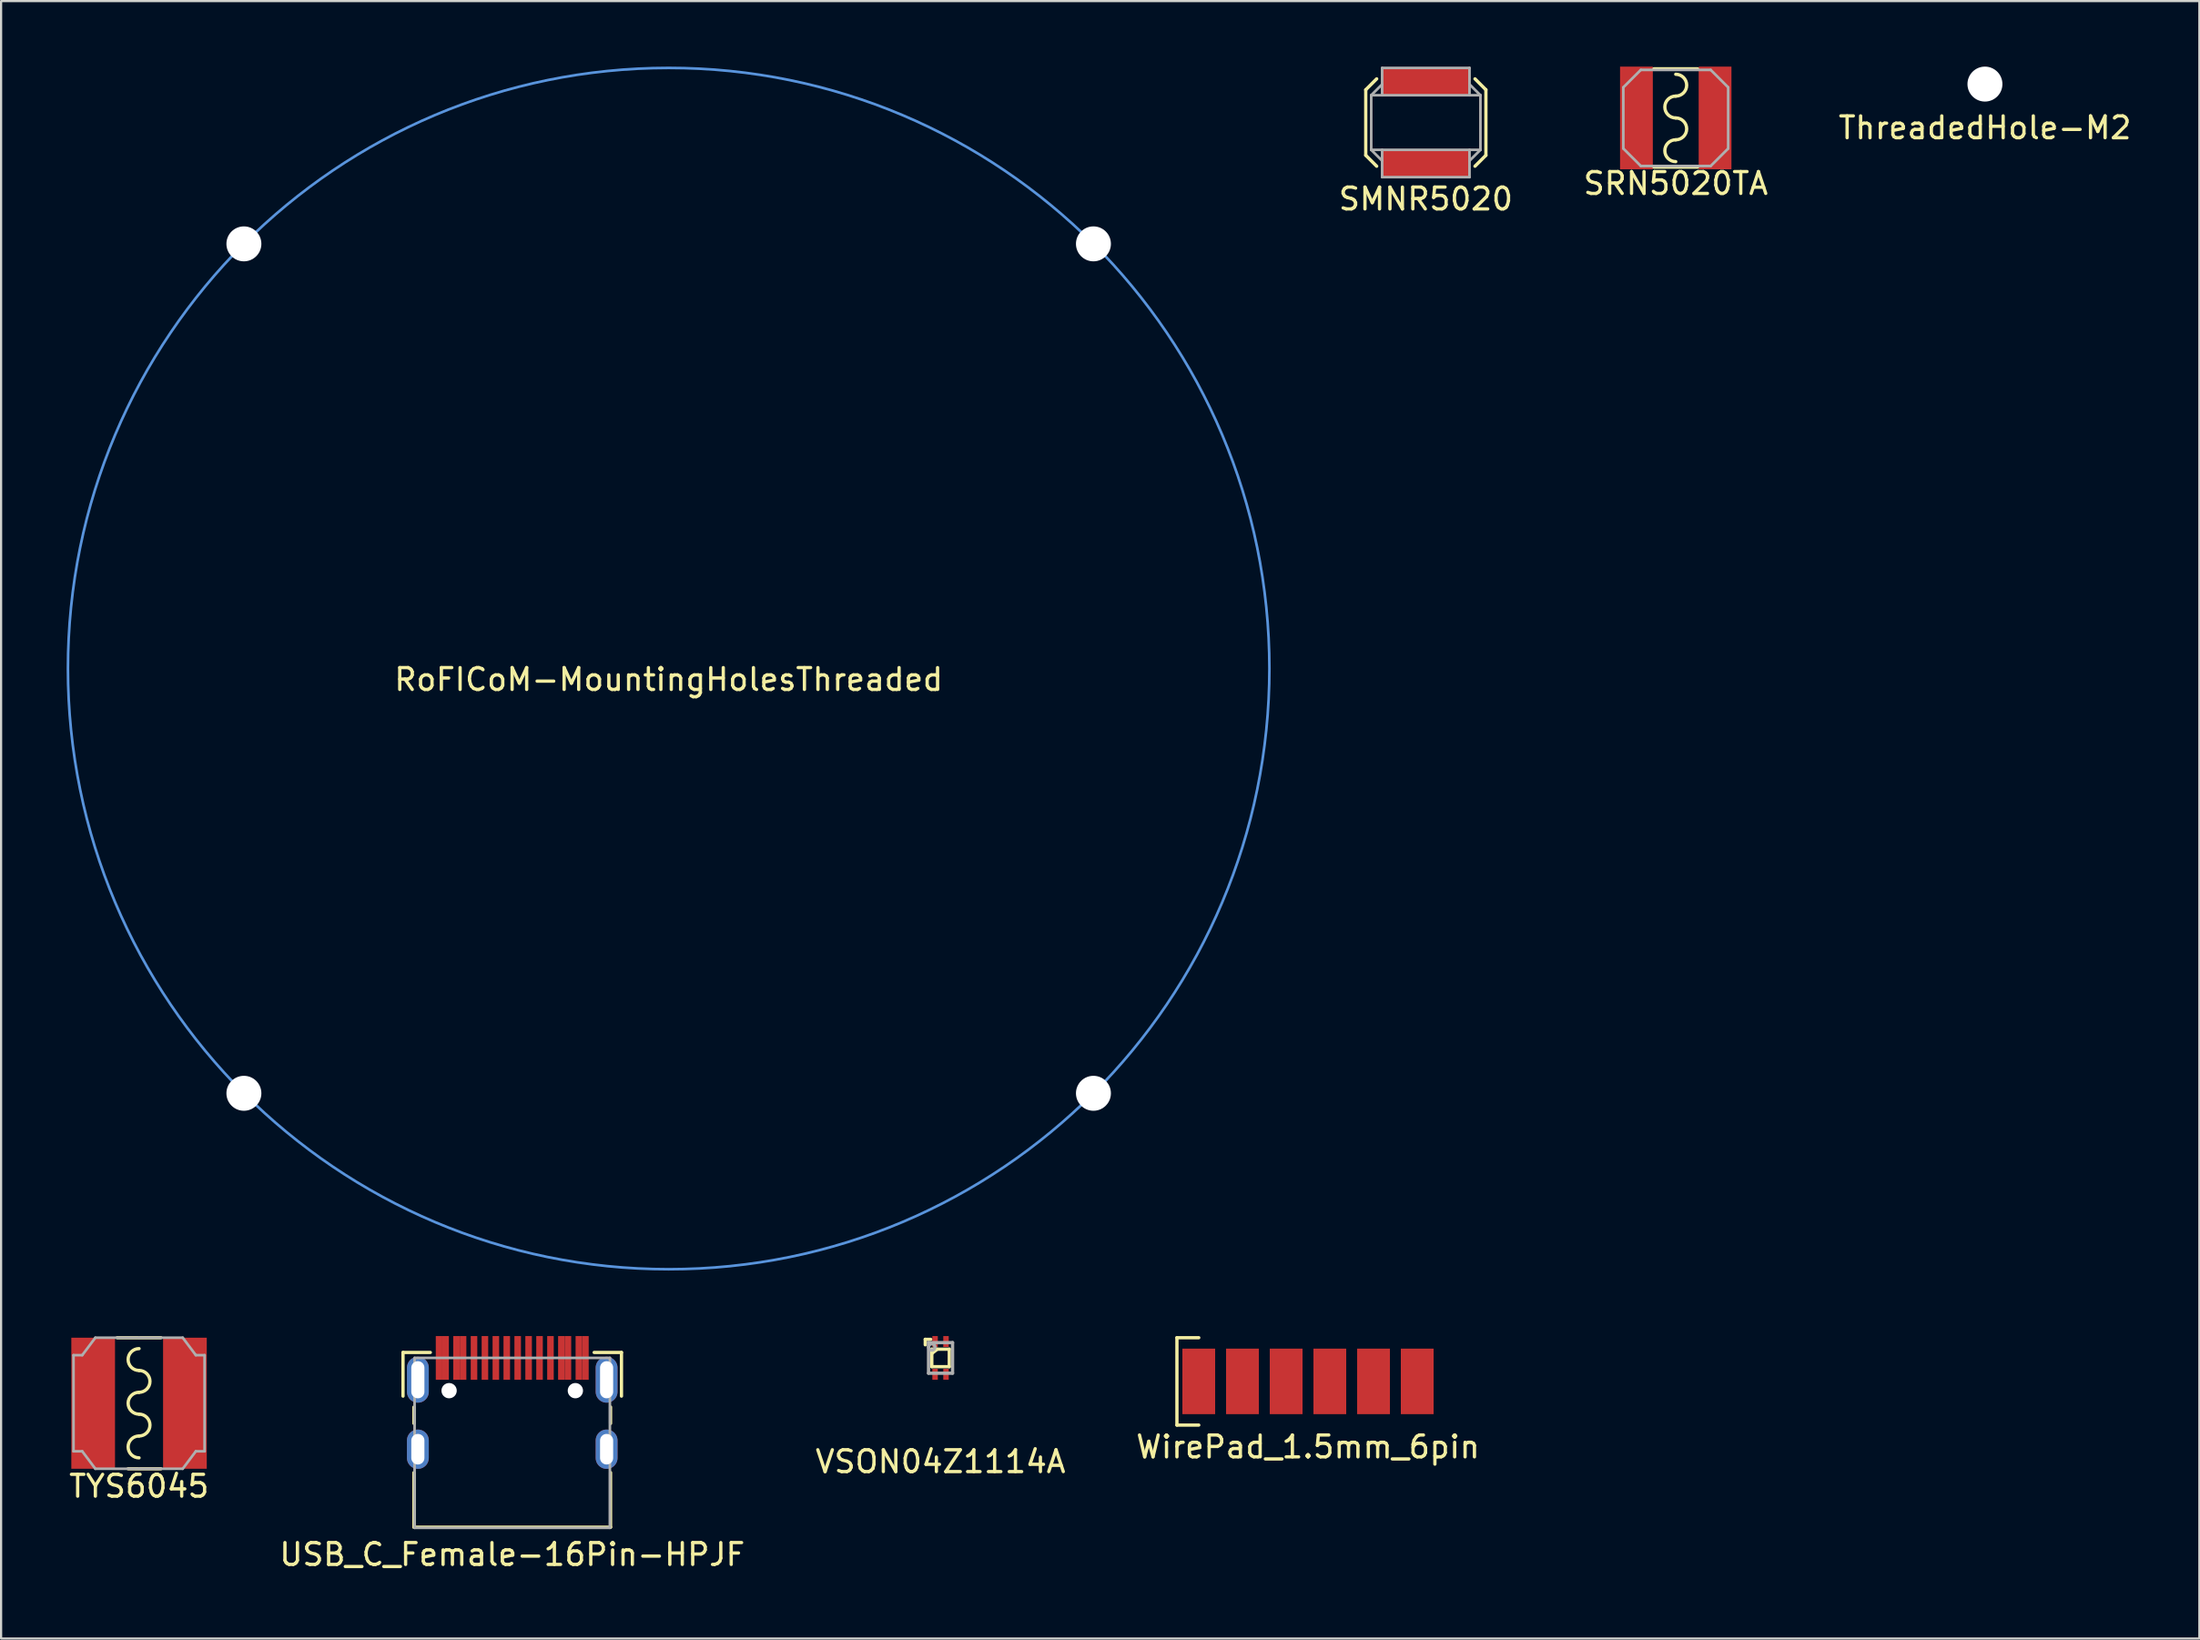
<source format=kicad_pcb>
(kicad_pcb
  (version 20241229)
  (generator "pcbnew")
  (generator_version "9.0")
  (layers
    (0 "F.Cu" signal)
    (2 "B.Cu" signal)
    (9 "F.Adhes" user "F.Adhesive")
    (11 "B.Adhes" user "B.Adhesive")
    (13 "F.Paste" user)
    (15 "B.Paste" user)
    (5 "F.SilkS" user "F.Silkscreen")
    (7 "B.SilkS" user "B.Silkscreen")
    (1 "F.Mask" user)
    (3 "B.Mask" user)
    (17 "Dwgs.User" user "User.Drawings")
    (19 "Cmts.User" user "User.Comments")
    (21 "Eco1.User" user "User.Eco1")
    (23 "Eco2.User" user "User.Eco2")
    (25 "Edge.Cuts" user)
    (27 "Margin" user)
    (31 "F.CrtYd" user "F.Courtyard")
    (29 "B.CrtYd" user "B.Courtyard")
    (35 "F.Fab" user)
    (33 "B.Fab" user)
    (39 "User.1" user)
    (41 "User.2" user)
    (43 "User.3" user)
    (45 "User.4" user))
  (footprint "VSON04Z1114A"
    (layer "F.Cu")
    (at 40.006 59.12)
    (property "Reference" "VSON04Z1114A" (at 0 4.75 0) (layer "F.SilkS") (effects (font (size 1 1) (thickness 0.15))))
    (attr through_hole)
    (fp_line (start -0.7 -0.85) (end -0.45 -0.85) (stroke (width 0.15) (type solid)) (layer "F.SilkS"))
    (fp_line (start -0.7 -0.6) (end -0.7 -0.85) (stroke (width 0.15) (type solid)) (layer "F.SilkS"))
    (fp_line (start -0.4 -0.4) (end 0.4 -0.4) (stroke (width 0.15) (type solid)) (layer "F.SilkS"))
    (fp_line (start -0.4 -0.2) (end -0.15 -0.4) (stroke (width 0.15) (type solid)) (layer "F.SilkS"))
    (fp_line (start -0.4 0.4) (end -0.4 -0.4) (stroke (width 0.15) (type solid)) (layer "F.SilkS"))
    (fp_line (start 0.4 -0.4) (end 0.4 0.4) (stroke (width 0.15) (type solid)) (layer "F.SilkS"))
    (fp_line (start 0.4 0.4) (end -0.4 0.4) (stroke (width 0.15) (type solid)) (layer "F.SilkS"))
    (fp_line (start -0.55 -0.7) (end 0.55 -0.7) (stroke (width 0.15) (type solid)) (layer "F.Fab"))
    (fp_line (start -0.55 0.7) (end -0.55 -0.7) (stroke (width 0.15) (type solid)) (layer "F.Fab"))
    (fp_line (start 0.55 -0.7) (end 0.55 0.7) (stroke (width 0.15) (type solid)) (layer "F.Fab"))
    (fp_line (start 0.55 0.7) (end -0.55 0.7) (stroke (width 0.15) (type solid)) (layer "F.Fab"))
    (fp_circle (center -0.4 -0.5) (end -0.35 -0.55) (stroke (width 0.15) (type solid)) (fill no) (layer "F.Fab"))
    (pad "1" smd rect (at -0.25 -0.75) (size 0.25 0.5) (layers "F.Cu" "F.Mask" "F.Paste"))
    (pad "2" smd rect (at -0.25 0.75) (size 0.25 0.5) (layers "F.Cu" "F.Mask" "F.Paste"))
    (pad "3" smd rect (at 0.25 0.75) (size 0.25 0.5) (layers "F.Cu" "F.Mask" "F.Paste"))
    (pad "4" smd rect (at 0.25 -0.75) (size 0.25 0.5) (layers "F.Cu" "F.Mask" "F.Paste")))
  (footprint "SMNR5020"
    (layer "F.Cu")
    (at 62.221 2.56)
    (property "Reference" "SMNR5020" (at 0 3.5 0) (layer "F.SilkS") (effects (font (size 1 1) (thickness 0.15))))
    (attr through_hole)
    (fp_line (start -2.75 -1.5) (end -2.75 1.5) (stroke (width 0.15) (type solid)) (layer "F.SilkS"))
    (fp_line (start -2.75 1.5) (end -2.25 2) (stroke (width 0.15) (type solid)) (layer "F.SilkS"))
    (fp_line (start -2.25 -2) (end -2.75 -1.5) (stroke (width 0.15) (type solid)) (layer "F.SilkS"))
    (fp_line (start 2.25 -2) (end 2.75 -1.5) (stroke (width 0.15) (type solid)) (layer "F.SilkS"))
    (fp_line (start 2.75 -1.5) (end 2.75 1.5) (stroke (width 0.15) (type solid)) (layer "F.SilkS"))
    (fp_line (start 2.75 1.5) (end 2.25 2) (stroke (width 0.15) (type solid)) (layer "F.SilkS"))
    (fp_line (start -2.5 -1.25) (end -2 -1.75) (stroke (width 0.12) (type solid)) (layer "F.Fab"))
    (fp_line (start -2.5 -1.25) (end 2.5 -1.25) (stroke (width 0.12) (type solid)) (layer "F.Fab"))
    (fp_line (start -2.5 1.25) (end -2.5 -1.25) (stroke (width 0.12) (type solid)) (layer "F.Fab"))
    (fp_line (start -2.5 1.25) (end -2 1.75) (stroke (width 0.12) (type solid)) (layer "F.Fab"))
    (fp_line (start -2 -2.5) (end 2 -2.5) (stroke (width 0.12) (type solid)) (layer "F.Fab"))
    (fp_line (start -2 -1.25) (end -2 -2.5) (stroke (width 0.12) (type solid)) (layer "F.Fab"))
    (fp_line (start -2 2.5) (end -2 1.25) (stroke (width 0.12) (type solid)) (layer "F.Fab"))
    (fp_line (start 2 -2.5) (end 2 -1.25) (stroke (width 0.12) (type solid)) (layer "F.Fab"))
    (fp_line (start 2 1.25) (end 2 2.5) (stroke (width 0.12) (type solid)) (layer "F.Fab"))
    (fp_line (start 2 2.5) (end -2 2.5) (stroke (width 0.12) (type solid)) (layer "F.Fab"))
    (fp_line (start 2.5 -1.25) (end 2 -1.75) (stroke (width 0.12) (type solid)) (layer "F.Fab"))
    (fp_line (start 2.5 -1.25) (end 2.5 1.25) (stroke (width 0.12) (type solid)) (layer "F.Fab"))
    (fp_line (start 2.5 1.25) (end -2.5 1.25) (stroke (width 0.12) (type solid)) (layer "F.Fab"))
    (fp_line (start 2.5 1.25) (end 2 1.75) (stroke (width 0.12) (type solid)) (layer "F.Fab"))
    (pad "1" smd rect (at 0 -1.875) (size 4 1.25) (layers "F.Cu" "F.Mask" "F.Paste"))
    (pad "2" smd rect (at 0 1.875) (size 4 1.25) (layers "F.Cu" "F.Mask" "F.Paste")))
  (footprint "USB_C_Female-16Pin-HPJF"
    (layer "F.Cu")
    (at 20.399 59.12)
    (property "Reference" "USB_C_Female-16Pin-HPJF" (at 0 9 0) (layer "F.SilkS") (effects (font (size 1 1) (thickness 0.15))))
    (attr through_hole)
    (fp_line (start -5 -0.25) (end -5 1.75) (stroke (width 0.15) (type solid)) (layer "F.SilkS"))
    (fp_line (start -4.5 2.25) (end -4.5 3) (stroke (width 0.15) (type solid)) (layer "F.SilkS"))
    (fp_line (start -4.5 5.25) (end -4.5 7.75) (stroke (width 0.15) (type solid)) (layer "F.SilkS"))
    (fp_line (start -4.5 7.75) (end 4.5 7.75) (stroke (width 0.15) (type solid)) (layer "F.SilkS"))
    (fp_line (start -3.75 -0.25) (end -5 -0.25) (stroke (width 0.15) (type solid)) (layer "F.SilkS"))
    (fp_line (start 3.75 -0.25) (end 5 -0.25) (stroke (width 0.15) (type solid)) (layer "F.SilkS"))
    (fp_line (start 4.5 3) (end 4.5 2.25) (stroke (width 0.15) (type solid)) (layer "F.SilkS"))
    (fp_line (start 4.5 7.75) (end 4.5 5.25) (stroke (width 0.15) (type solid)) (layer "F.SilkS"))
    (fp_line (start 5 -0.25) (end 5 1.75) (stroke (width 0.15) (type solid)) (layer "F.SilkS"))
    (fp_line (start -4.47 7.78) (end -4.47 0) (stroke (width 0.12) (type solid)) (layer "F.Fab"))
    (fp_line (start -4.47 7.78) (end 4.47 7.78) (stroke (width 0.12) (type solid)) (layer "F.Fab"))
    (fp_line (start 4.47 0) (end -4.47 0) (stroke (width 0.12) (type solid)) (layer "F.Fab"))
    (fp_line (start 4.47 7.78) (end 4.47 0) (stroke (width 0.12) (type solid)) (layer "F.Fab"))
    (pad "" np_thru_hole circle (at -2.89 1.5 90) (size 0.7 0.7) (drill 0.7) (layers "*.Cu" "*.Mask"))
    (pad "" np_thru_hole circle (at 2.89 1.5 90) (size 0.7 0.7) (drill 0.7) (layers "*.Cu" "*.Mask"))
    (pad "A1" smd rect (at -3.35 0) (size 0.3 2) (layers "F.Cu" "F.Mask" "F.Paste"))
    (pad "A4" smd rect (at -2.55 0) (size 0.3 2) (layers "F.Cu" "F.Mask" "F.Paste"))
    (pad "A5" smd rect (at -1.25 0) (size 0.3 2) (layers "F.Cu" "F.Mask" "F.Paste"))
    (pad "A6" smd rect (at -0.25 0) (size 0.3 2) (layers "F.Cu" "F.Mask" "F.Paste"))
    (pad "A7" smd rect (at 0.25 0) (size 0.3 2) (layers "F.Cu" "F.Mask" "F.Paste"))
    (pad "A8" smd rect (at 1.25 0) (size 0.3 2) (layers "F.Cu" "F.Mask" "F.Paste"))
    (pad "A9" smd rect (at 2.55 0) (size 0.3 2) (layers "F.Cu" "F.Mask" "F.Paste"))
    (pad "A12" smd rect (at 3.35 0) (size 0.3 2) (layers "F.Cu" "F.Mask" "F.Paste"))
    (pad "B1" smd rect (at 3.05 0) (size 0.3 2) (layers "F.Cu" "F.Mask" "F.Paste"))
    (pad "B4" smd rect (at 2.25 0) (size 0.3 2) (layers "F.Cu" "F.Mask" "F.Paste"))
    (pad "B5" smd rect (at 1.75 0) (size 0.3 2) (layers "F.Cu" "F.Mask" "F.Paste"))
    (pad "B6" smd rect (at 0.75 0) (size 0.3 2) (layers "F.Cu" "F.Mask" "F.Paste"))
    (pad "B7" smd rect (at -0.75 0) (size 0.3 2) (layers "F.Cu" "F.Mask" "F.Paste"))
    (pad "B8" smd rect (at -1.75 0) (size 0.3 2) (layers "F.Cu" "F.Mask" "F.Paste"))
    (pad "B9" smd rect (at -2.25 0) (size 0.3 2) (layers "F.Cu" "F.Mask" "F.Paste"))
    (pad "B12" smd rect (at -3.05 0) (size 0.3 2) (layers "F.Cu" "F.Mask" "F.Paste"))
    (pad "S1" thru_hole oval (at -4.32 1) (size 1 2.1) (drill oval 0.6 1.7) (layers "*.Cu" "*.Mask"))
    (pad "S1" thru_hole oval (at -4.32 4.18) (size 1 1.8) (drill oval 0.6 1.4) (layers "*.Cu" "*.Mask"))
    (pad "S1" thru_hole oval (at 4.32 1) (size 1 2.1) (drill oval 0.6 1.7) (layers "*.Cu" "*.Mask"))
    (pad "S1" thru_hole oval (at 4.32 4.18) (size 1 1.8) (drill oval 0.6 1.4) (layers "*.Cu" "*.Mask")))
  (footprint "WirePad_1.5mm_6pin"
    (layer "F.Cu")
    (at 56.827 60.195)
    (property "Reference" "WirePad_1.5mm_6pin" (at 0 3 0) (layer "F.SilkS") (effects (font (size 1 1) (thickness 0.15))))
    (attr through_hole)
    (fp_line (start -6 -2) (end -6 2) (stroke (width 0.15) (type solid)) (layer "F.SilkS"))
    (fp_line (start -6 2) (end -5 2) (stroke (width 0.15) (type solid)) (layer "F.SilkS"))
    (fp_line (start -5 -2) (end -6 -2) (stroke (width 0.15) (type solid)) (layer "F.SilkS"))
    (pad "1" smd rect (at -5 0) (size 1.5 3) (layers "F.Cu" "F.Mask" "F.Paste"))
    (pad "2" smd rect (at -3 0) (size 1.5 3) (layers "F.Cu" "F.Mask" "F.Paste"))
    (pad "3" smd rect (at -1 0) (size 1.5 3) (layers "F.Cu" "F.Mask" "F.Paste"))
    (pad "4" smd rect (at 1 0) (size 1.5 3) (layers "F.Cu" "F.Mask" "F.Paste"))
    (pad "5" smd rect (at 3 0) (size 1.5 3) (layers "F.Cu" "F.Mask" "F.Paste"))
    (pad "6" smd rect (at 5 0) (size 1.5 3) (layers "F.Cu" "F.Mask" "F.Paste")))
  (footprint "RoFICoM-MountingHolesThreaded"
    (layer "F.Cu")
    (at 27.56 27.56)
    (property "Reference" "RoFICoM-MountingHolesThreaded" (at 0 0.5 0) (layer "F.SilkS") (effects (font (size 1 1) (thickness 0.15))))
    (attr through_hole)
    (fp_circle (center 0 0) (end 27.5 0) (stroke (width 0.12) (type solid)) (fill no) (layer "Cmts.User"))
    (pad "" np_thru_hole circle (at -19.445 -19.445) (size 1.6 1.6) (drill 1.6) (layers "*.Cu" "*.Mask"))
    (pad "" np_thru_hole circle (at -19.445 19.445) (size 1.6 1.6) (drill 1.6) (layers "*.Cu" "*.Mask"))
    (pad "" np_thru_hole circle (at 19.445 -19.445) (size 1.6 1.6) (drill 1.6) (layers "*.Cu" "*.Mask"))
    (pad "" np_thru_hole circle (at 19.445 19.445) (size 1.6 1.6) (drill 1.6) (layers "*.Cu" "*.Mask")))
  (footprint "TYS6045"
    (layer "F.Cu")
    (at 3.315 61.195)
    (property "Reference" "TYS6045" (at 0 3.8 0) (layer "F.SilkS") (effects (font (size 1 1) (thickness 0.15))))
    (attr through_hole)
    (fp_line (start -1 -3) (end 1 -3) (stroke (width 0.15) (type solid)) (layer "F.SilkS"))
    (fp_line (start -0.5 3) (end 1 3) (stroke (width 0.15) (type solid)) (layer "F.SilkS"))
    (fp_arc (start 0 -1.5) (mid -0.5 -2) (end 0 -2.5) (stroke (width 0.15) (type solid)) (layer "F.SilkS"))
    (fp_arc (start 0 -1.5) (mid 0.5 -1) (end 0 -0.5) (stroke (width 0.15) (type solid)) (layer "F.SilkS"))
    (fp_arc (start 0 0.5) (mid -0.5 0) (end 0 -0.5) (stroke (width 0.15) (type solid)) (layer "F.SilkS"))
    (fp_arc (start 0 0.5) (mid 0.5 1) (end 0 1.5) (stroke (width 0.15) (type solid)) (layer "F.SilkS"))
    (fp_arc (start 0 2.5) (mid -0.5 2) (end 0 1.5) (stroke (width 0.15) (type solid)) (layer "F.SilkS"))
    (fp_line (start -3 -2.2) (end -3 2.2) (stroke (width 0.12) (type solid)) (layer "F.Fab"))
    (fp_line (start -3 -2.2) (end -2.6 -2.2) (stroke (width 0.12) (type solid)) (layer "F.Fab"))
    (fp_line (start -3 2.2) (end -2.6 2.2) (stroke (width 0.12) (type solid)) (layer "F.Fab"))
    (fp_line (start -2.6 -2.2) (end -2 -3) (stroke (width 0.12) (type solid)) (layer "F.Fab"))
    (fp_line (start -2.6 2.2) (end -2 3) (stroke (width 0.12) (type solid)) (layer "F.Fab"))
    (fp_line (start -2 -3) (end 0 -3) (stroke (width 0.12) (type solid)) (layer "F.Fab"))
    (fp_line (start -2 3) (end 0 3) (stroke (width 0.12) (type solid)) (layer "F.Fab"))
    (fp_line (start 0 -3) (end 2 -3) (stroke (width 0.12) (type solid)) (layer "F.Fab"))
    (fp_line (start 0 3) (end 2 3) (stroke (width 0.12) (type solid)) (layer "F.Fab"))
    (fp_line (start 2 -3) (end 2.6 -2.2) (stroke (width 0.12) (type solid)) (layer "F.Fab"))
    (fp_line (start 2 3) (end 2.6 2.2) (stroke (width 0.12) (type solid)) (layer "F.Fab"))
    (fp_line (start 2.6 -2.2) (end 3 -2.2) (stroke (width 0.12) (type solid)) (layer "F.Fab"))
    (fp_line (start 2.6 2.2) (end 3 2.2) (stroke (width 0.12) (type solid)) (layer "F.Fab"))
    (fp_line (start 3 -2.2) (end 3 2.2) (stroke (width 0.12) (type solid)) (layer "F.Fab"))
    (pad "1" smd rect (at -2.1 0) (size 2 6) (layers "F.Cu" "F.Mask" "F.Paste"))
    (pad "2" smd rect (at 2.1 0) (size 2 6) (layers "F.Cu" "F.Mask" "F.Paste")))
  (footprint "ThreadedHole-M2"
    (layer "F.Cu")
    (at 87.816 0.8)
    (property "Reference" "ThreadedHole-M2" (at 0 2 0) (layer "F.SilkS") (effects (font (size 1 1) (thickness 0.15))))
    (attr through_hole)
    (pad "" np_thru_hole circle (at 0 0) (size 1.6 1.6) (drill 1.6) (layers "*.Cu" "*.Mask")))
  (footprint "SRN5020TA"
    (layer "F.Cu")
    (at 73.662 2.35)
    (property "Reference" "SRN5020TA" (at 0 3 0) (layer "F.SilkS") (effects (font (size 1 1) (thickness 0.15))))
    (attr through_hole)
    (fp_line (start -1 -2.25) (end 1 -2.25) (stroke (width 0.15) (type solid)) (layer "F.SilkS"))
    (fp_line (start -1 2.25) (end 1 2.25) (stroke (width 0.15) (type solid)) (layer "F.SilkS"))
    (fp_arc (start 0 -2) (mid 0.5 -1.5) (end 0 -1) (stroke (width 0.15) (type solid)) (layer "F.SilkS"))
    (fp_arc (start 0 0) (mid -0.5 -0.5) (end 0 -1) (stroke (width 0.15) (type solid)) (layer "F.SilkS"))
    (fp_arc (start 0 0) (mid 0.5 0.5) (end 0 1) (stroke (width 0.15) (type solid)) (layer "F.SilkS"))
    (fp_arc (start 0 2) (mid -0.5 1.5) (end 0 1) (stroke (width 0.15) (type solid)) (layer "F.SilkS"))
    (fp_line (start -2.4 -1.4) (end -2.4 1.4) (stroke (width 0.12) (type solid)) (layer "F.Fab"))
    (fp_line (start -2.4 1.4) (end -1.6 2.2) (stroke (width 0.12) (type solid)) (layer "F.Fab"))
    (fp_line (start -1.6 -2.2) (end -2.4 -1.4) (stroke (width 0.12) (type solid)) (layer "F.Fab"))
    (fp_line (start -1.6 2.2) (end 1.6 2.2) (stroke (width 0.12) (type solid)) (layer "F.Fab"))
    (fp_line (start 1.6 -2.2) (end -1.6 -2.2) (stroke (width 0.12) (type solid)) (layer "F.Fab"))
    (fp_line (start 1.6 2.2) (end 2.4 1.4) (stroke (width 0.12) (type solid)) (layer "F.Fab"))
    (fp_line (start 2.4 -1.4) (end 1.6 -2.2) (stroke (width 0.12) (type solid)) (layer "F.Fab"))
    (fp_line (start 2.4 1.4) (end 2.4 -1.4) (stroke (width 0.12) (type solid)) (layer "F.Fab"))
    (pad "1" smd rect (at -1.8 0) (size 1.5 4.7) (layers "F.Cu" "F.Mask" "F.Paste"))
    (pad "2" smd rect (at 1.8 0) (size 1.5 4.7) (layers "F.Cu" "F.Mask" "F.Paste")))
  (gr_rect
    (start -3 -3)
    (end 97.632 71.968)
    (stroke (width 0.1) (type default))
    (fill no)
    (layer "Edge.Cuts")))
</source>
